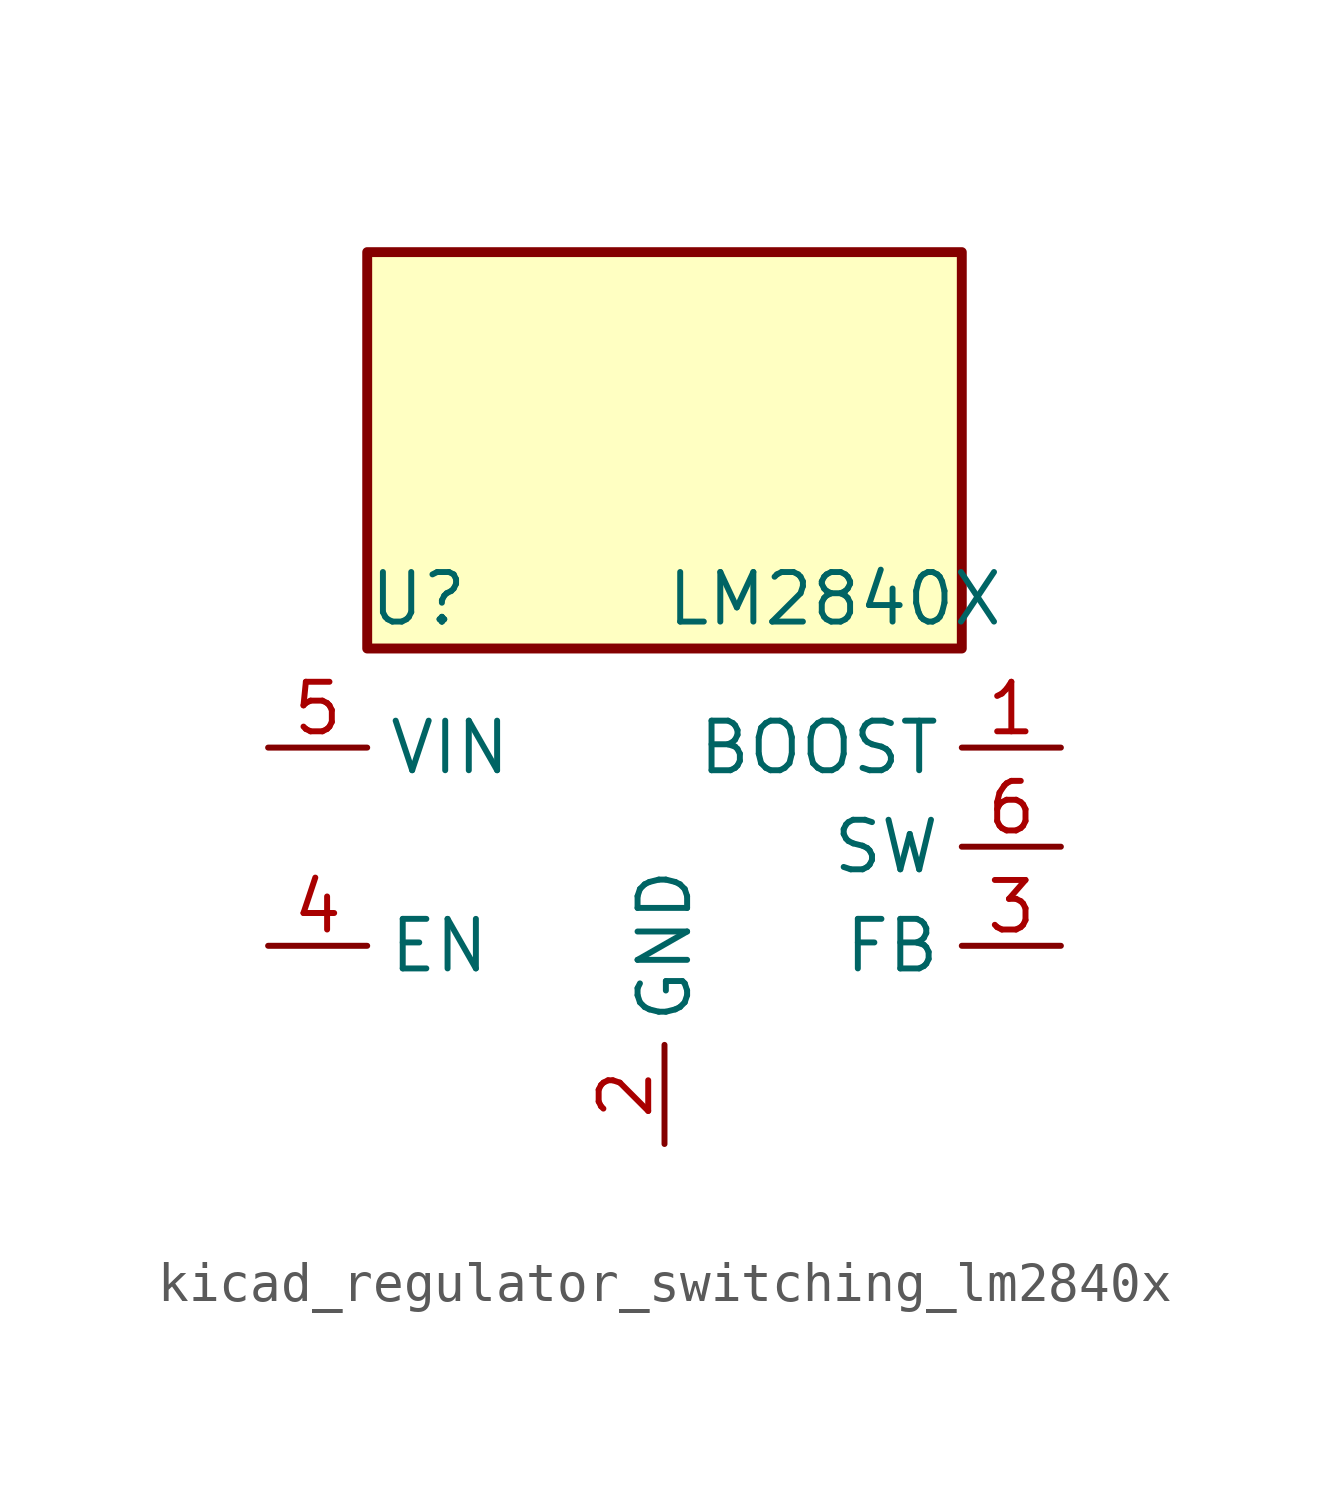
<source format=kicad_sym>
(kicad_symbol_lib
  (version 20220914)
  (generator kicad_symbol_editor)
  (symbol "kicad_regulator_switching_lm2840x"
    (property "Reference" "U"
      (at -7.62 6.35 0)
      (effects (font (size 1.27 1.27)) (justify left)))
    (property "Value" "LM2840X"
      (at 0 6.35 0)
      (effects (font (size 1.27 1.27)) (justify left)))
    (symbol "kicad_regulator_switching_lm2840x_0_1"
      (rectangle (start 7.62 15.24) (end -7.62 5.08) (stroke (width 0.254) (type default)) (fill (type background)))
      (pin input line (at 10.16 2.54 180) (length 2.54) (name "BOOST" (effects (font (size 1.27 1.27)))) (number "1" (effects (font (size 1.27 1.27))))))
    (symbol "kicad_regulator_switching_lm2840x_1_1"
      (pin power_in line (at 0 -7.62 90) (length 2.54) (name "GND" (effects (font (size 1.27 1.27)))) (number "2" (effects (font (size 1.27 1.27)))))
      (pin input line (at 10.16 -2.54 180) (length 2.54) (name "FB" (effects (font (size 1.27 1.27)))) (number "3" (effects (font (size 1.27 1.27)))))
      (pin input line (at -10.16 -2.54 0) (length 2.54) (name "EN" (effects (font (size 1.27 1.27)))) (number "4" (effects (font (size 1.27 1.27)))))
      (pin power_in line (at -10.16 2.54 0) (length 2.54) (name "VIN" (effects (font (size 1.27 1.27)))) (number "5" (effects (font (size 1.27 1.27)))))
      (pin output line (at 10.16 0 180) (length 2.54) (name "SW" (effects (font (size 1.27 1.27)))) (number "6" (effects (font (size 1.27 1.27))))))))
</source>
